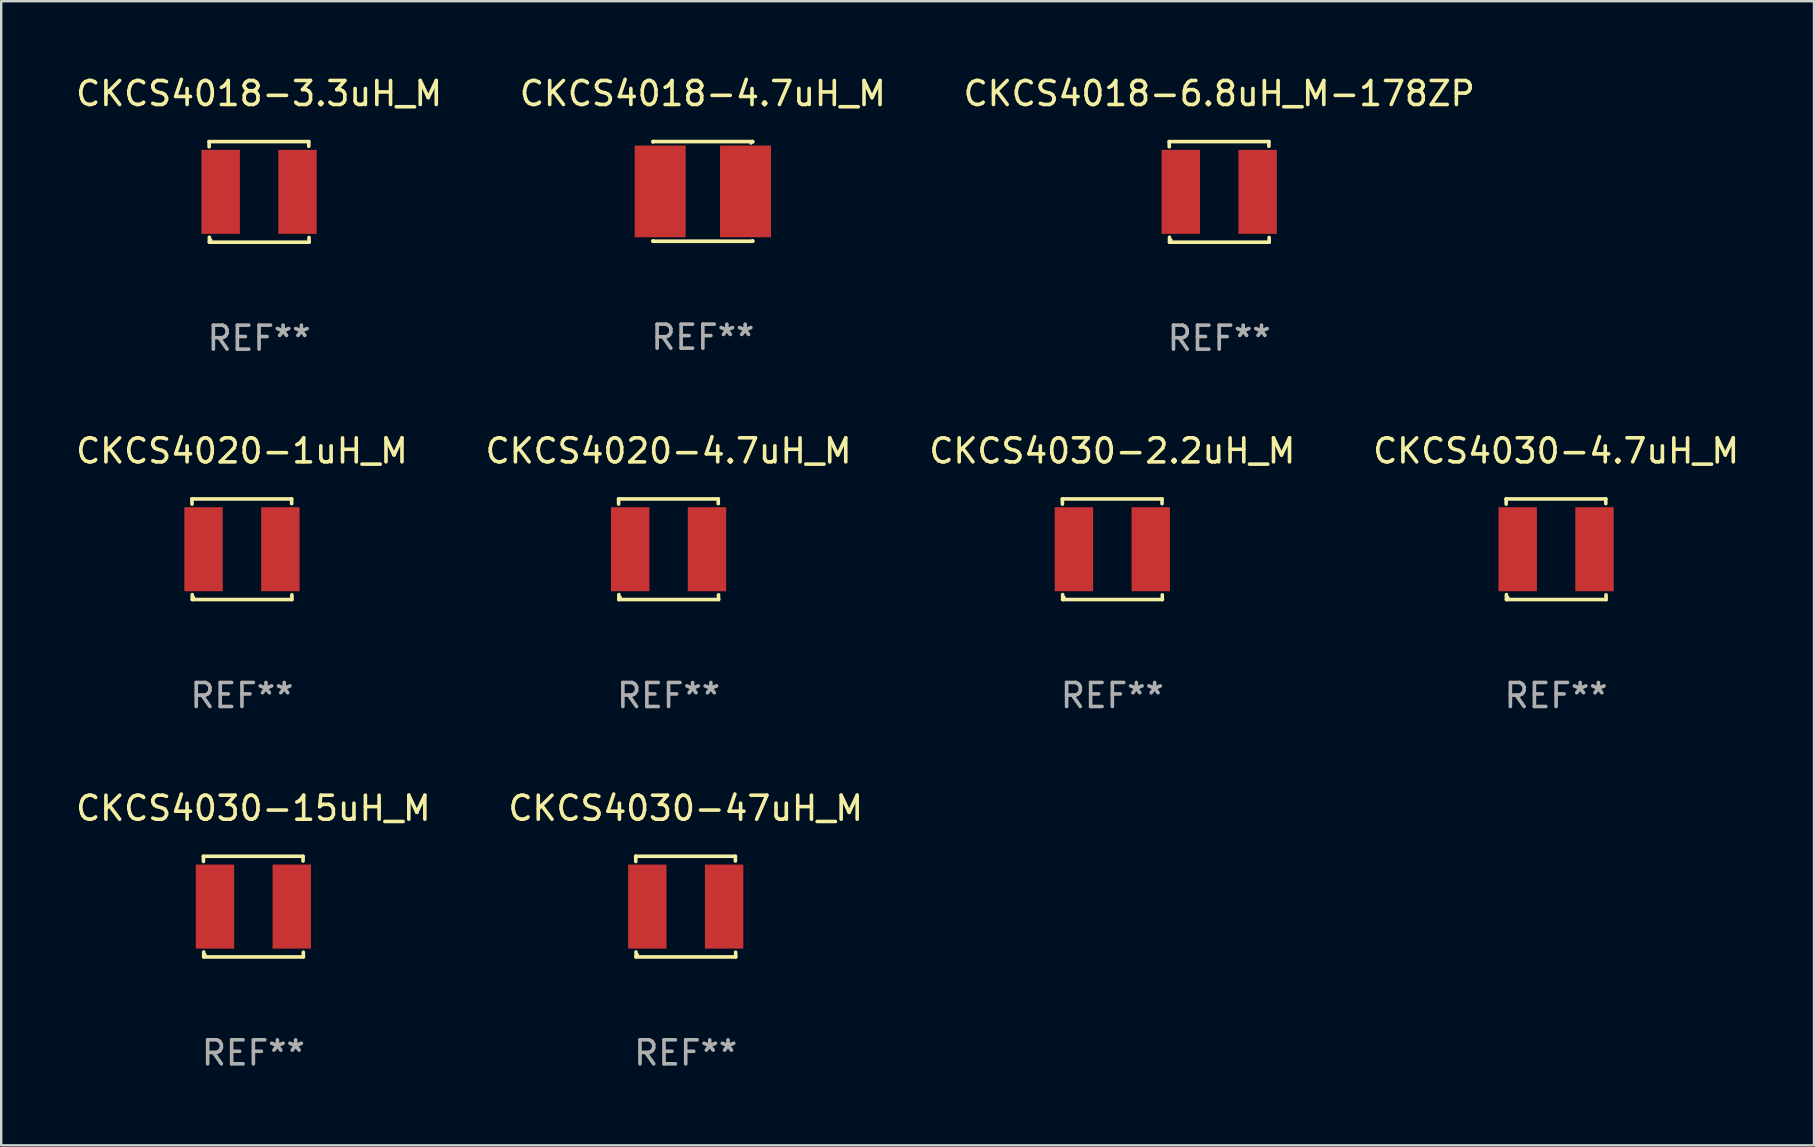
<source format=kicad_pcb>
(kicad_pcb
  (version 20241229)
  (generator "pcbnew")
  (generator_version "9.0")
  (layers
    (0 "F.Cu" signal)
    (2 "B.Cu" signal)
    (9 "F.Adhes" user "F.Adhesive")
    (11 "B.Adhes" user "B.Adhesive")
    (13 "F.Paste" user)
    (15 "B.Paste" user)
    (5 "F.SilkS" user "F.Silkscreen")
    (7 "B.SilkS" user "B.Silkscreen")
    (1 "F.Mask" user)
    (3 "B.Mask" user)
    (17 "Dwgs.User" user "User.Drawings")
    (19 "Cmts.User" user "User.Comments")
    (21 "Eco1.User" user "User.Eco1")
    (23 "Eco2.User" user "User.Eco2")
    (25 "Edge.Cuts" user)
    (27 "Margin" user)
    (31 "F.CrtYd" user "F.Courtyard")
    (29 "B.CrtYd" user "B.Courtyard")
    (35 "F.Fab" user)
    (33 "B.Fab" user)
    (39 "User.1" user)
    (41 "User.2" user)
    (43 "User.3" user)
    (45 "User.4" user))
  (footprint "CKCS4018-6.8uH_M-178ZP"
    (layer "F.Cu")
    (at 47.744 4.944)
    (property "Reference" "CKCS4018-6.8uH_M-178ZP" (at 0 -4.096 0) (layer "F.SilkS") (effects (font (size 1 1) (thickness 0.15))))
    (attr through_hole)
    (fp_line (start -2.083 -2.096) (end -2.08 -1.88) (stroke (width 0.15) (type solid)) (layer "F.SilkS"))
    (fp_line (start -2.07 1.89) (end -2.07 2.096) (stroke (width 0.15) (type solid)) (layer "F.SilkS"))
    (fp_line (start -2.07 2.096) (end 2.083 2.096) (stroke (width 0.15) (type solid)) (layer "F.SilkS"))
    (fp_line (start 2.07 -1.9) (end 2.07 -2.096) (stroke (width 0.15) (type solid)) (layer "F.SilkS"))
    (fp_line (start 2.07 -2.096) (end -2.083 -2.096) (stroke (width 0.15) (type solid)) (layer "F.SilkS"))
    (fp_line (start 2.083 2.096) (end 2.08 1.9) (stroke (width 0.15) (type solid)) (layer "F.SilkS"))
    (fp_circle (center -2 2) (end -1.97 2) (stroke (width 0.06) (type solid)) (fill no) (layer "F.SilkS"))
    (fp_text user "REF**" (at 0 6.096 0) (layer "F.Fab") (effects (font (size 1 1) (thickness 0.15))))
    (pad "1" smd rect (at -1.6 -0.000343) (size 1.6 3.5) (layers "F.Cu" "F.Mask" "F.Paste"))
    (pad "2" smd rect (at 1.6 -0.000343) (size 1.6 3.5) (layers "F.Cu" "F.Mask" "F.Paste")))
  (footprint "CKCS4018-3.3uH_M"
    (layer "F.Cu")
    (at 7.744 4.944)
    (property "Reference" "CKCS4018-3.3uH_M" (at 0 -4.096 0) (layer "F.SilkS") (effects (font (size 1 1) (thickness 0.15))))
    (attr through_hole)
    (fp_line (start -2.083 -2.096) (end -2.08 -1.88) (stroke (width 0.15) (type solid)) (layer "F.SilkS"))
    (fp_line (start -2.07 1.89) (end -2.07 2.096) (stroke (width 0.15) (type solid)) (layer "F.SilkS"))
    (fp_line (start -2.07 2.096) (end 2.083 2.096) (stroke (width 0.15) (type solid)) (layer "F.SilkS"))
    (fp_line (start 2.07 -1.9) (end 2.07 -2.096) (stroke (width 0.15) (type solid)) (layer "F.SilkS"))
    (fp_line (start 2.07 -2.096) (end -2.083 -2.096) (stroke (width 0.15) (type solid)) (layer "F.SilkS"))
    (fp_line (start 2.083 2.096) (end 2.08 1.9) (stroke (width 0.15) (type solid)) (layer "F.SilkS"))
    (fp_circle (center -2 2) (end -1.97 2) (stroke (width 0.06) (type solid)) (fill no) (layer "F.SilkS"))
    (fp_text user "REF**" (at 0 6.096 0) (layer "F.Fab") (effects (font (size 1 1) (thickness 0.15))))
    (pad "1" smd rect (at -1.6 -0.000343) (size 1.6 3.5) (layers "F.Cu" "F.Mask" "F.Paste"))
    (pad "2" smd rect (at 1.6 -0.000343) (size 1.6 3.5) (layers "F.Cu" "F.Mask" "F.Paste")))
  (footprint "CKCS4030-15uH_M"
    (layer "F.Cu")
    (at 7.506 34.72)
    (property "Reference" "CKCS4030-15uH_M" (at 0 -4.096 0) (layer "F.SilkS") (effects (font (size 1 1) (thickness 0.15))))
    (attr through_hole)
    (fp_line (start -2.083 -2.096) (end -2.08 -1.88) (stroke (width 0.15) (type solid)) (layer "F.SilkS"))
    (fp_line (start -2.07 1.89) (end -2.07 2.096) (stroke (width 0.15) (type solid)) (layer "F.SilkS"))
    (fp_line (start -2.07 2.096) (end 2.083 2.096) (stroke (width 0.15) (type solid)) (layer "F.SilkS"))
    (fp_line (start 2.07 -1.9) (end 2.07 -2.096) (stroke (width 0.15) (type solid)) (layer "F.SilkS"))
    (fp_line (start 2.07 -2.096) (end -2.083 -2.096) (stroke (width 0.15) (type solid)) (layer "F.SilkS"))
    (fp_line (start 2.083 2.096) (end 2.08 1.9) (stroke (width 0.15) (type solid)) (layer "F.SilkS"))
    (fp_circle (center -2 2) (end -1.97 2) (stroke (width 0.06) (type solid)) (fill no) (layer "F.SilkS"))
    (fp_text user "REF**" (at 0 6.096 0) (layer "F.Fab") (effects (font (size 1 1) (thickness 0.15))))
    (pad "1" smd rect (at -1.6 -0.000343) (size 1.6 3.5) (layers "F.Cu" "F.Mask" "F.Paste"))
    (pad "2" smd rect (at 1.6 -0.000343) (size 1.6 3.5) (layers "F.Cu" "F.Mask" "F.Paste")))
  (footprint "CKCS4030-2.2uH_M"
    (layer "F.Cu")
    (at 43.292 19.832)
    (property "Reference" "CKCS4030-2.2uH_M" (at 0 -4.096 0) (layer "F.SilkS") (effects (font (size 1 1) (thickness 0.15))))
    (attr through_hole)
    (fp_line (start -2.083 -2.096) (end -2.08 -1.88) (stroke (width 0.15) (type solid)) (layer "F.SilkS"))
    (fp_line (start -2.07 1.89) (end -2.07 2.096) (stroke (width 0.15) (type solid)) (layer "F.SilkS"))
    (fp_line (start -2.07 2.096) (end 2.083 2.096) (stroke (width 0.15) (type solid)) (layer "F.SilkS"))
    (fp_line (start 2.07 -1.9) (end 2.07 -2.096) (stroke (width 0.15) (type solid)) (layer "F.SilkS"))
    (fp_line (start 2.07 -2.096) (end -2.083 -2.096) (stroke (width 0.15) (type solid)) (layer "F.SilkS"))
    (fp_line (start 2.083 2.096) (end 2.08 1.9) (stroke (width 0.15) (type solid)) (layer "F.SilkS"))
    (fp_circle (center -2 2) (end -1.97 2) (stroke (width 0.06) (type solid)) (fill no) (layer "F.SilkS"))
    (fp_text user "REF**" (at 0 6.096 0) (layer "F.Fab") (effects (font (size 1 1) (thickness 0.15))))
    (pad "1" smd rect (at -1.6 -0.000343) (size 1.6 3.5) (layers "F.Cu" "F.Mask" "F.Paste"))
    (pad "2" smd rect (at 1.6 -0.000343) (size 1.6 3.5) (layers "F.Cu" "F.Mask" "F.Paste")))
  (footprint "CKCS4030-47uH_M"
    (layer "F.Cu")
    (at 25.518 34.72)
    (property "Reference" "CKCS4030-47uH_M" (at 0 -4.096 0) (layer "F.SilkS") (effects (font (size 1 1) (thickness 0.15))))
    (attr through_hole)
    (fp_line (start -2.083 -2.096) (end -2.08 -1.88) (stroke (width 0.15) (type solid)) (layer "F.SilkS"))
    (fp_line (start -2.07 1.89) (end -2.07 2.096) (stroke (width 0.15) (type solid)) (layer "F.SilkS"))
    (fp_line (start -2.07 2.096) (end 2.083 2.096) (stroke (width 0.15) (type solid)) (layer "F.SilkS"))
    (fp_line (start 2.07 -1.9) (end 2.07 -2.096) (stroke (width 0.15) (type solid)) (layer "F.SilkS"))
    (fp_line (start 2.07 -2.096) (end -2.083 -2.096) (stroke (width 0.15) (type solid)) (layer "F.SilkS"))
    (fp_line (start 2.083 2.096) (end 2.08 1.9) (stroke (width 0.15) (type solid)) (layer "F.SilkS"))
    (fp_circle (center -2 2) (end -1.97 2) (stroke (width 0.06) (type solid)) (fill no) (layer "F.SilkS"))
    (fp_text user "REF**" (at 0 6.096 0) (layer "F.Fab") (effects (font (size 1 1) (thickness 0.15))))
    (pad "1" smd rect (at -1.6 -0.000343) (size 1.6 3.5) (layers "F.Cu" "F.Mask" "F.Paste"))
    (pad "2" smd rect (at 1.6 -0.000343) (size 1.6 3.5) (layers "F.Cu" "F.Mask" "F.Paste")))
  (footprint "CKCS4030-4.7uH_M"
    (layer "F.Cu")
    (at 61.78 19.832)
    (property "Reference" "CKCS4030-4.7uH_M" (at 0 -4.096 0) (layer "F.SilkS") (effects (font (size 1 1) (thickness 0.15))))
    (attr through_hole)
    (fp_line (start -2.083 -2.096) (end -2.08 -1.88) (stroke (width 0.15) (type solid)) (layer "F.SilkS"))
    (fp_line (start -2.07 1.89) (end -2.07 2.096) (stroke (width 0.15) (type solid)) (layer "F.SilkS"))
    (fp_line (start -2.07 2.096) (end 2.083 2.096) (stroke (width 0.15) (type solid)) (layer "F.SilkS"))
    (fp_line (start 2.07 -1.9) (end 2.07 -2.096) (stroke (width 0.15) (type solid)) (layer "F.SilkS"))
    (fp_line (start 2.07 -2.096) (end -2.083 -2.096) (stroke (width 0.15) (type solid)) (layer "F.SilkS"))
    (fp_line (start 2.083 2.096) (end 2.08 1.9) (stroke (width 0.15) (type solid)) (layer "F.SilkS"))
    (fp_circle (center -2 2) (end -1.97 2) (stroke (width 0.06) (type solid)) (fill no) (layer "F.SilkS"))
    (fp_text user "REF**" (at 0 6.096 0) (layer "F.Fab") (effects (font (size 1 1) (thickness 0.15))))
    (pad "1" smd rect (at -1.6 -0.000343) (size 1.6 3.5) (layers "F.Cu" "F.Mask" "F.Paste"))
    (pad "2" smd rect (at 1.6 -0.000343) (size 1.6 3.5) (layers "F.Cu" "F.Mask" "F.Paste")))
  (footprint "CKCS4020-4.7uH_M"
    (layer "F.Cu")
    (at 24.804 19.832)
    (property "Reference" "CKCS4020-4.7uH_M" (at 0 -4.096 0) (layer "F.SilkS") (effects (font (size 1 1) (thickness 0.15))))
    (attr through_hole)
    (fp_line (start -2.083 -2.096) (end -2.08 -1.88) (stroke (width 0.15) (type solid)) (layer "F.SilkS"))
    (fp_line (start -2.07 1.89) (end -2.07 2.096) (stroke (width 0.15) (type solid)) (layer "F.SilkS"))
    (fp_line (start -2.07 2.096) (end 2.083 2.096) (stroke (width 0.15) (type solid)) (layer "F.SilkS"))
    (fp_line (start 2.07 -1.9) (end 2.07 -2.096) (stroke (width 0.15) (type solid)) (layer "F.SilkS"))
    (fp_line (start 2.07 -2.096) (end -2.083 -2.096) (stroke (width 0.15) (type solid)) (layer "F.SilkS"))
    (fp_line (start 2.083 2.096) (end 2.08 1.9) (stroke (width 0.15) (type solid)) (layer "F.SilkS"))
    (fp_circle (center -2 2) (end -1.97 2) (stroke (width 0.06) (type solid)) (fill no) (layer "F.SilkS"))
    (fp_text user "REF**" (at 0 6.096 0) (layer "F.Fab") (effects (font (size 1 1) (thickness 0.15))))
    (pad "1" smd rect (at -1.6 -0.000343) (size 1.6 3.5) (layers "F.Cu" "F.Mask" "F.Paste"))
    (pad "2" smd rect (at 1.6 -0.000343) (size 1.6 3.5) (layers "F.Cu" "F.Mask" "F.Paste")))
  (footprint "CKCS4018-4.7uH_M"
    (layer "F.Cu")
    (at 26.232 4.924)
    (property "Reference" "CKCS4018-4.7uH_M" (at 0 -4.076 0) (layer "F.SilkS") (effects (font (size 1 1) (thickness 0.15))))
    (attr through_hole)
    (fp_line (start -2.076 -2.076) (end 2.076 -2.076) (stroke (width 0.152) (type solid)) (layer "F.SilkS"))
    (fp_line (start -2.076 -2.062) (end -2.076 -2.076) (stroke (width 0.152) (type solid)) (layer "F.SilkS"))
    (fp_line (start -2.076 2.062) (end -2.076 2.076) (stroke (width 0.152) (type solid)) (layer "F.SilkS"))
    (fp_line (start -2.076 2.076) (end 2.076 2.076) (stroke (width 0.152) (type solid)) (layer "F.SilkS"))
    (fp_line (start 2.076 -2.076) (end 2.076 -2.062) (stroke (width 0.152) (type solid)) (layer "F.SilkS"))
    (fp_line (start 2.076 2.076) (end 2.076 2.062) (stroke (width 0.152) (type solid)) (layer "F.SilkS"))
    (fp_circle (center 2 -2) (end 2.03 -2) (stroke (width 0.06) (type solid)) (fill no) (layer "F.SilkS"))
    (fp_text user "REF**" (at 0 6.076 0) (layer "F.Fab") (effects (font (size 1 1) (thickness 0.15))))
    (pad "1" smd rect (at 1.778 0) (size 2.124 3.82) (layers "F.Cu" "F.Mask" "F.Paste"))
    (pad "2" smd rect (at -1.778 0) (size 2.124 3.82) (layers "F.Cu" "F.Mask" "F.Paste")))
  (footprint "CKCS4020-1uH_M"
    (layer "F.Cu")
    (at 7.03 19.832)
    (property "Reference" "CKCS4020-1uH_M" (at 0 -4.096 0) (layer "F.SilkS") (effects (font (size 1 1) (thickness 0.15))))
    (attr through_hole)
    (fp_line (start -2.083 -2.096) (end -2.08 -1.88) (stroke (width 0.15) (type solid)) (layer "F.SilkS"))
    (fp_line (start -2.07 1.89) (end -2.07 2.096) (stroke (width 0.15) (type solid)) (layer "F.SilkS"))
    (fp_line (start -2.07 2.096) (end 2.083 2.096) (stroke (width 0.15) (type solid)) (layer "F.SilkS"))
    (fp_line (start 2.07 -1.9) (end 2.07 -2.096) (stroke (width 0.15) (type solid)) (layer "F.SilkS"))
    (fp_line (start 2.07 -2.096) (end -2.083 -2.096) (stroke (width 0.15) (type solid)) (layer "F.SilkS"))
    (fp_line (start 2.083 2.096) (end 2.08 1.9) (stroke (width 0.15) (type solid)) (layer "F.SilkS"))
    (fp_circle (center -2 2) (end -1.97 2) (stroke (width 0.06) (type solid)) (fill no) (layer "F.SilkS"))
    (fp_text user "REF**" (at 0 6.096 0) (layer "F.Fab") (effects (font (size 1 1) (thickness 0.15))))
    (pad "1" smd rect (at -1.6 -0.000343) (size 1.6 3.5) (layers "F.Cu" "F.Mask" "F.Paste"))
    (pad "2" smd rect (at 1.6 -0.000343) (size 1.6 3.5) (layers "F.Cu" "F.Mask" "F.Paste")))
  (gr_rect
    (start -3 -3)
    (end 72.524 44.665)
    (stroke (width 0.1) (type default))
    (fill no)
    (layer "Edge.Cuts")))
</source>
